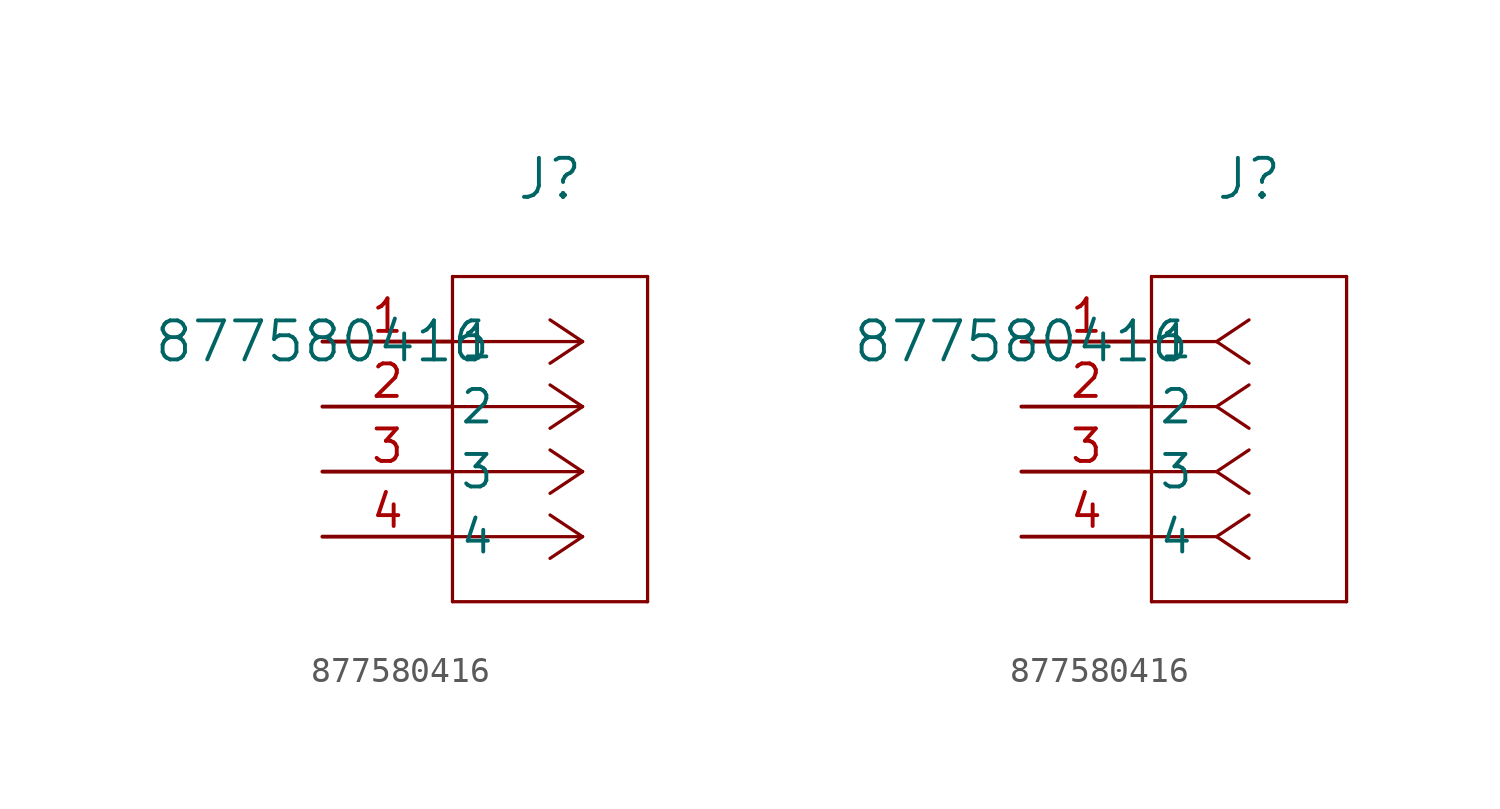
<source format=kicad_sym>
(kicad_symbol_lib
  (version 20211014)
  (generator kicad_symbol_editor)
  (symbol "877580416"
    (pin_names
      (offset 0.254))
    (property "Reference" "J"
      (at 8.89 6.35 0)
      (effects (font (size 1.524 1.524))))
    (property "Value" "877580416"
      (at 0 0 0)
      (effects (font (size 1.524 1.524))))
    (symbol "877580416_1_1"
      (polyline (pts (xy 10.16 0) (xy 5.08 0)) (stroke (width 0.127) (type default) (color 0 0 0 0)) (fill (type none)))
      (polyline (pts (xy 10.16 -2.54) (xy 5.08 -2.54)) (stroke (width 0.127) (type default) (color 0 0 0 0)) (fill (type none)))
      (polyline (pts (xy 10.16 -5.08) (xy 5.08 -5.08)) (stroke (width 0.127) (type default) (color 0 0 0 0)) (fill (type none)))
      (polyline (pts (xy 10.16 -7.62) (xy 5.08 -7.62)) (stroke (width 0.127) (type default) (color 0 0 0 0)) (fill (type none)))
      (polyline (pts (xy 10.16 0) (xy 8.89 0.847)) (stroke (width 0.127) (type default) (color 0 0 0 0)) (fill (type none)))
      (polyline (pts (xy 10.16 -2.54) (xy 8.89 -1.693)) (stroke (width 0.127) (type default) (color 0 0 0 0)) (fill (type none)))
      (polyline (pts (xy 10.16 -5.08) (xy 8.89 -4.233)) (stroke (width 0.127) (type default) (color 0 0 0 0)) (fill (type none)))
      (polyline (pts (xy 10.16 -7.62) (xy 8.89 -6.773)) (stroke (width 0.127) (type default) (color 0 0 0 0)) (fill (type none)))
      (polyline (pts (xy 10.16 0) (xy 8.89 -0.847)) (stroke (width 0.127) (type default) (color 0 0 0 0)) (fill (type none)))
      (polyline (pts (xy 10.16 -2.54) (xy 8.89 -3.387)) (stroke (width 0.127) (type default) (color 0 0 0 0)) (fill (type none)))
      (polyline (pts (xy 10.16 -5.08) (xy 8.89 -5.927)) (stroke (width 0.127) (type default) (color 0 0 0 0)) (fill (type none)))
      (polyline (pts (xy 10.16 -7.62) (xy 8.89 -8.467)) (stroke (width 0.127) (type default) (color 0 0 0 0)) (fill (type none)))
      (polyline (pts (xy 5.08 2.54) (xy 5.08 -10.16)) (stroke (width 0.127) (type default) (color 0 0 0 0)) (fill (type none)))
      (polyline (pts (xy 5.08 -10.16) (xy 12.7 -10.16)) (stroke (width 0.127) (type default) (color 0 0 0 0)) (fill (type none)))
      (polyline (pts (xy 12.7 -10.16) (xy 12.7 2.54)) (stroke (width 0.127) (type default) (color 0 0 0 0)) (fill (type none)))
      (polyline (pts (xy 12.7 2.54) (xy 5.08 2.54)) (stroke (width 0.127) (type default) (color 0 0 0 0)) (fill (type none)))
      (pin unspecified line (at 0 0 0) (length 5.08) (name "1" (effects (font (size 1.27 1.27)))) (number "1" (effects (font (size 1.27 1.27)))))
      (pin unspecified line (at 0 -2.54 0) (length 5.08) (name "2" (effects (font (size 1.27 1.27)))) (number "2" (effects (font (size 1.27 1.27)))))
      (pin unspecified line (at 0 -5.08 0) (length 5.08) (name "3" (effects (font (size 1.27 1.27)))) (number "3" (effects (font (size 1.27 1.27)))))
      (pin unspecified line (at 0 -7.62 0) (length 5.08) (name "4" (effects (font (size 1.27 1.27)))) (number "4" (effects (font (size 1.27 1.27))))))
    (symbol "877580416_1_2"
      (polyline (pts (xy 7.62 0) (xy 5.08 0)) (stroke (width 0.127) (type default) (color 0 0 0 0)) (fill (type none)))
      (polyline (pts (xy 7.62 -2.54) (xy 5.08 -2.54)) (stroke (width 0.127) (type default) (color 0 0 0 0)) (fill (type none)))
      (polyline (pts (xy 7.62 -5.08) (xy 5.08 -5.08)) (stroke (width 0.127) (type default) (color 0 0 0 0)) (fill (type none)))
      (polyline (pts (xy 7.62 -7.62) (xy 5.08 -7.62)) (stroke (width 0.127) (type default) (color 0 0 0 0)) (fill (type none)))
      (polyline (pts (xy 7.62 0) (xy 8.89 0.847)) (stroke (width 0.127) (type default) (color 0 0 0 0)) (fill (type none)))
      (polyline (pts (xy 7.62 -2.54) (xy 8.89 -1.693)) (stroke (width 0.127) (type default) (color 0 0 0 0)) (fill (type none)))
      (polyline (pts (xy 7.62 -5.08) (xy 8.89 -4.233)) (stroke (width 0.127) (type default) (color 0 0 0 0)) (fill (type none)))
      (polyline (pts (xy 7.62 -7.62) (xy 8.89 -6.773)) (stroke (width 0.127) (type default) (color 0 0 0 0)) (fill (type none)))
      (polyline (pts (xy 7.62 0) (xy 8.89 -0.847)) (stroke (width 0.127) (type default) (color 0 0 0 0)) (fill (type none)))
      (polyline (pts (xy 7.62 -2.54) (xy 8.89 -3.387)) (stroke (width 0.127) (type default) (color 0 0 0 0)) (fill (type none)))
      (polyline (pts (xy 7.62 -5.08) (xy 8.89 -5.927)) (stroke (width 0.127) (type default) (color 0 0 0 0)) (fill (type none)))
      (polyline (pts (xy 7.62 -7.62) (xy 8.89 -8.467)) (stroke (width 0.127) (type default) (color 0 0 0 0)) (fill (type none)))
      (polyline (pts (xy 5.08 2.54) (xy 5.08 -10.16)) (stroke (width 0.127) (type default) (color 0 0 0 0)) (fill (type none)))
      (polyline (pts (xy 5.08 -10.16) (xy 12.7 -10.16)) (stroke (width 0.127) (type default) (color 0 0 0 0)) (fill (type none)))
      (polyline (pts (xy 12.7 -10.16) (xy 12.7 2.54)) (stroke (width 0.127) (type default) (color 0 0 0 0)) (fill (type none)))
      (polyline (pts (xy 12.7 2.54) (xy 5.08 2.54)) (stroke (width 0.127) (type default) (color 0 0 0 0)) (fill (type none)))
      (pin unspecified line (at 0 0 0) (length 5.08) (name "1" (effects (font (size 1.27 1.27)))) (number "1" (effects (font (size 1.27 1.27)))))
      (pin unspecified line (at 0 -2.54 0) (length 5.08) (name "2" (effects (font (size 1.27 1.27)))) (number "2" (effects (font (size 1.27 1.27)))))
      (pin unspecified line (at 0 -5.08 0) (length 5.08) (name "3" (effects (font (size 1.27 1.27)))) (number "3" (effects (font (size 1.27 1.27)))))
      (pin unspecified line (at 0 -7.62 0) (length 5.08) (name "4" (effects (font (size 1.27 1.27)))) (number "4" (effects (font (size 1.27 1.27))))))))
</source>
